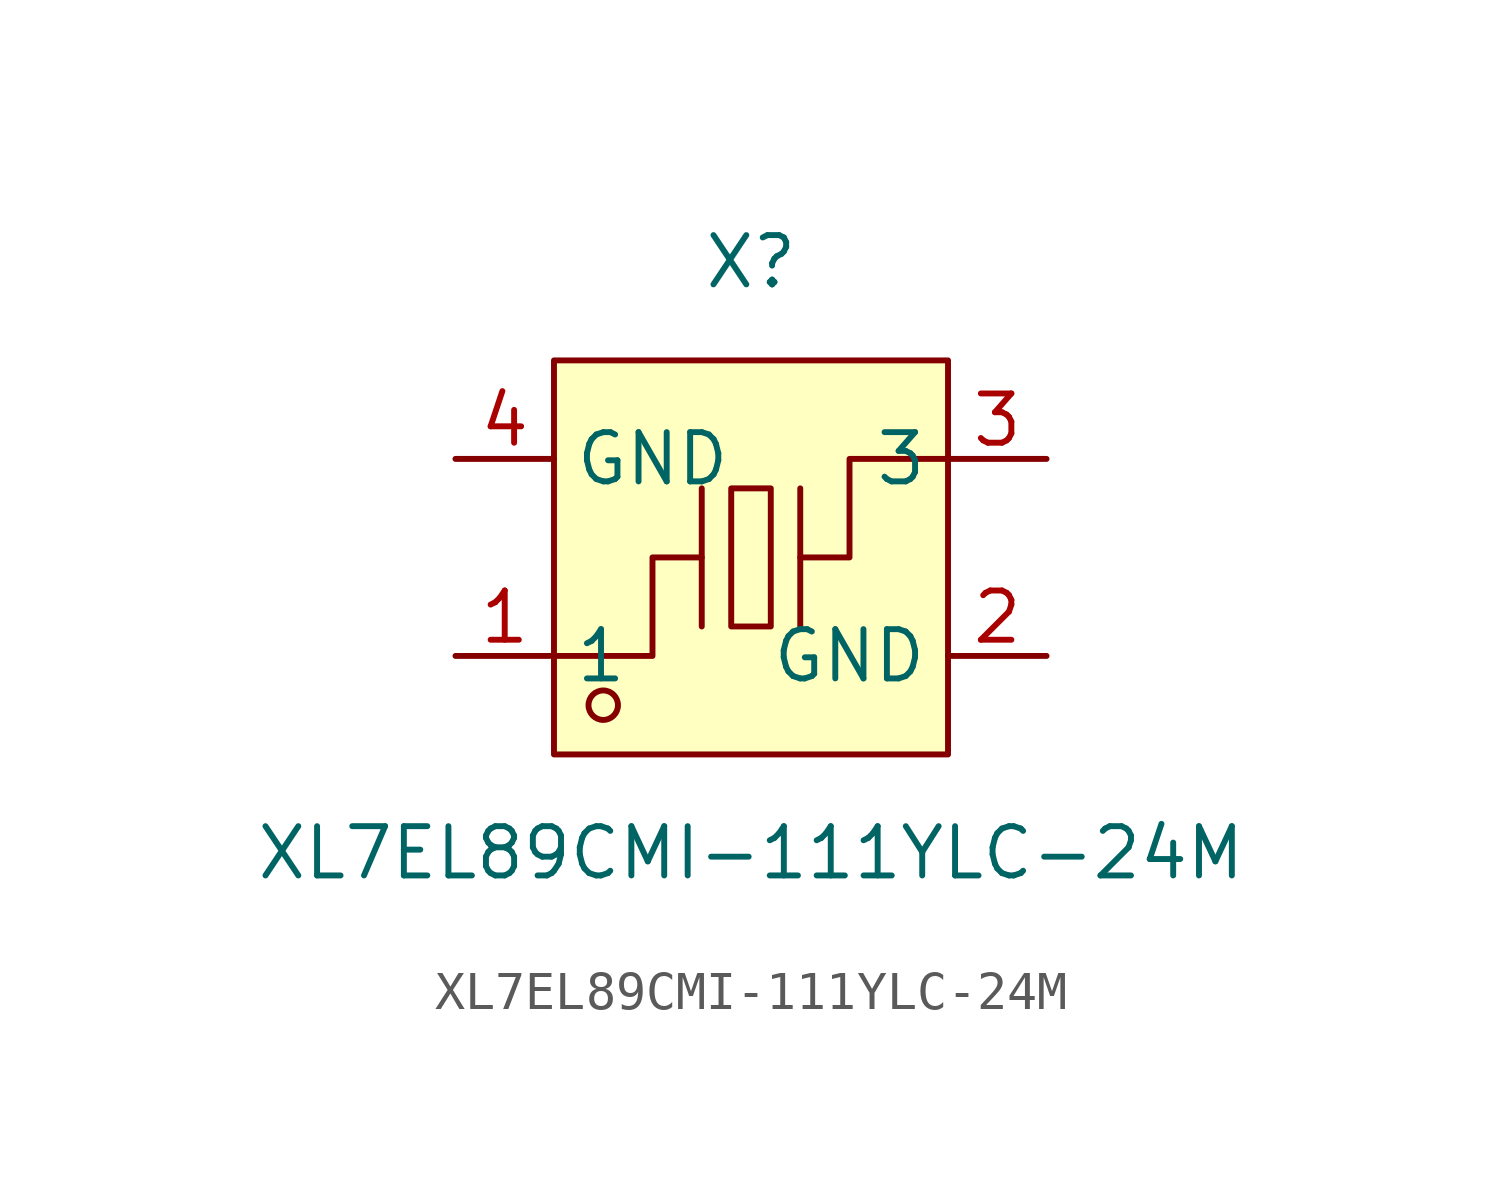
<source format=kicad_sym>
(kicad_symbol_lib
  (version 20211014)
  (generator https://github.com/uPesy/easyeda2kicad.py)
  (symbol "XL7EL89CMI-111YLC-24M"
    (property "Reference" "X"
      (at 0 7.62 0)
      (effects (font (size 1.27 1.27))))
    (property "Value" "XL7EL89CMI-111YLC-24M"
      (at 0 -7.62 0)
      (effects (font (size 1.27 1.27))))
    (symbol "XL7EL89CMI-111YLC-24M_0_1"
      (rectangle (start -5.08 5.08) (end 5.08 -5.08) (stroke (width 0) (type default) (color 0 0 0 0)) (fill (type background)))
      (rectangle (start -0.51 1.78) (end 0.51 -1.78) (stroke (width 0) (type default) (color 0 0 0 0)) (fill (type background)))
      (circle (center -3.81 -3.81) (radius 0.38) (stroke (width 0) (type default) (color 0 0 0 0)) (fill (type none)))
      (polyline (pts (xy -1.27 -1.78) (xy -1.27 1.78)) (stroke (width 0) (type default) (color 0 0 0 0)) (fill (type none)))
      (polyline (pts (xy 1.27 -1.78) (xy 1.27 1.78)) (stroke (width 0) (type default) (color 0 0 0 0)) (fill (type none)))
      (polyline (pts (xy -5.08 -2.54) (xy -2.54 -2.54) (xy -2.54 -0.00) (xy -1.27 -0.00)) (stroke (width 0) (type default) (color 0 0 0 0)) (fill (type none)))
      (polyline (pts (xy 5.08 2.54) (xy 2.54 2.54) (xy 2.54 -0.00) (xy 1.27 -0.00)) (stroke (width 0) (type default) (color 0 0 0 0)) (fill (type none)))
      (pin input line (at -7.62 -2.54 0) (length 2.54) (name "1" (effects (font (size 1.27 1.27)))) (number "1" (effects (font (size 1.27 1.27)))))
      (pin input line (at 7.62 2.54 180) (length 2.54) (name "3" (effects (font (size 1.27 1.27)))) (number "3" (effects (font (size 1.27 1.27)))))
      (pin input line (at -7.62 2.54 0) (length 2.54) (name "GND" (effects (font (size 1.27 1.27)))) (number "4" (effects (font (size 1.27 1.27)))))
      (pin input line (at 7.62 -2.54 180) (length 2.54) (name "GND" (effects (font (size 1.27 1.27)))) (number "2" (effects (font (size 1.27 1.27))))))))
</source>
